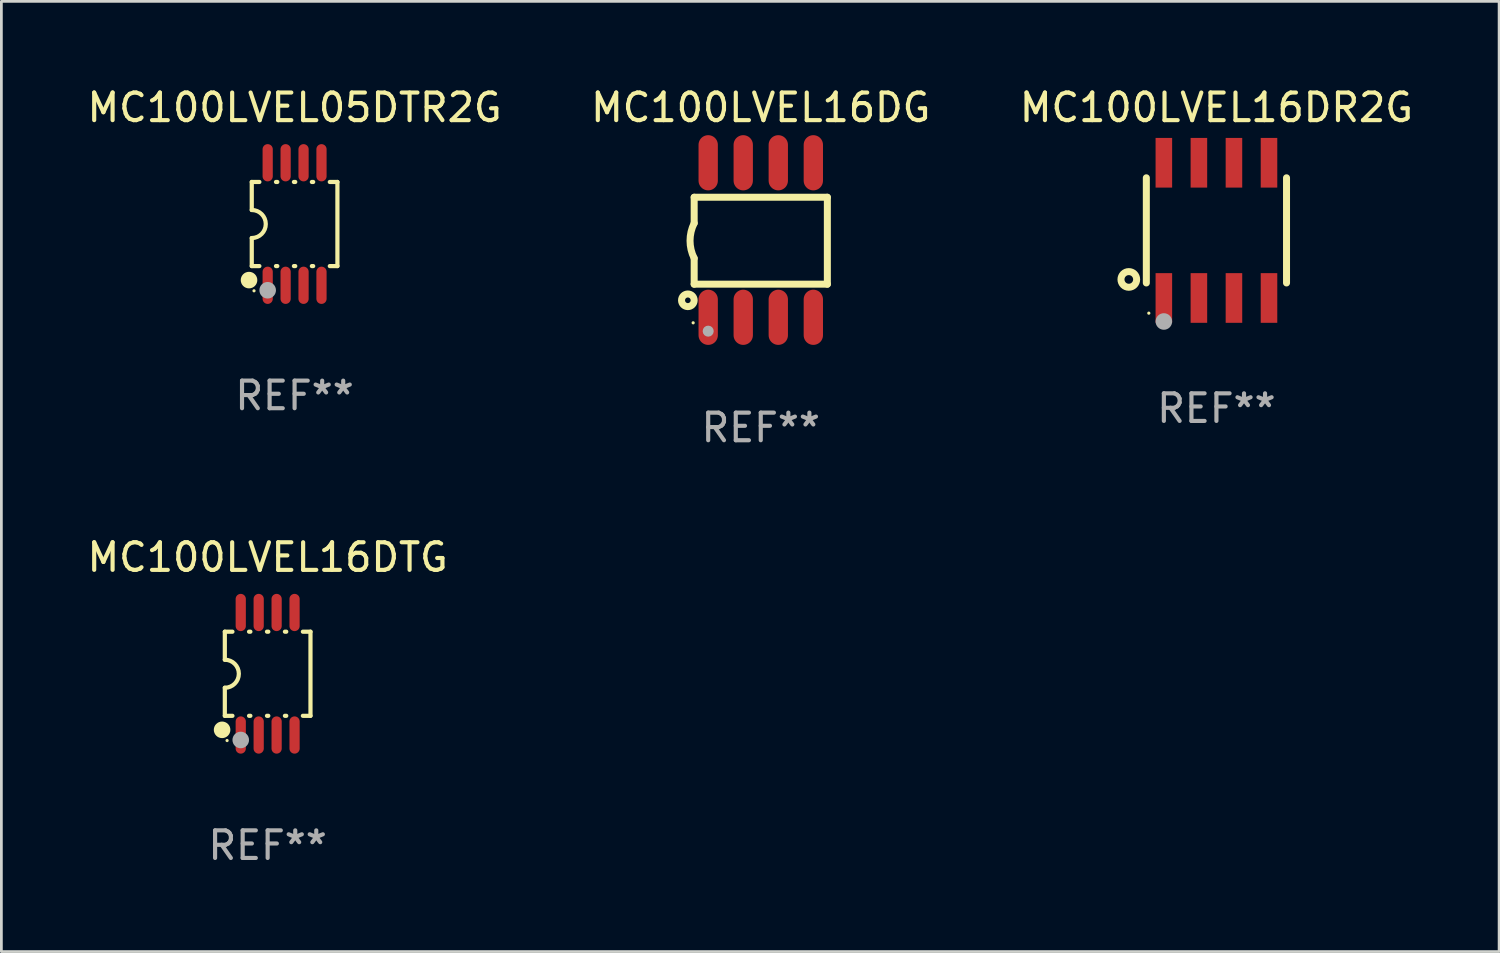
<source format=kicad_pcb>
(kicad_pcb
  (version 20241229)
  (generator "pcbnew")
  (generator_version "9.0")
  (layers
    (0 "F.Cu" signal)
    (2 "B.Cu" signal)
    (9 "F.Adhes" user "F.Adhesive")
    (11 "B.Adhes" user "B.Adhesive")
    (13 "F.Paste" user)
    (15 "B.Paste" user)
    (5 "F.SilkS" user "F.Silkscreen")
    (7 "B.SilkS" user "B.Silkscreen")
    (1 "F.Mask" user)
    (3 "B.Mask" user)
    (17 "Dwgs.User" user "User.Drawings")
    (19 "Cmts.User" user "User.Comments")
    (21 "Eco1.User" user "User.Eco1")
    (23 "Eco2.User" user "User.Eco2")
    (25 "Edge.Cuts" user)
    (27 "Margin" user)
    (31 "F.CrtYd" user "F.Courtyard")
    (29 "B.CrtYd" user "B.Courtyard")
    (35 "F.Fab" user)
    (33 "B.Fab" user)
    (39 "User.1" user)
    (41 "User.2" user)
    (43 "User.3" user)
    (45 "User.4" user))
  (footprint "MC100LVEL16DTG"
    (layer "F.Cu")
    (at 6.649 21.365)
    (property "Reference" "MC100LVEL16DTG" (at 0 -4.22 0) (layer "F.SilkS") (effects (font (size 1 1) (thickness 0.15))))
    (attr through_hole)
    (fp_line (start -1.552 -1.524) (end -1.276 -1.524) (stroke (width 0.152) (type solid)) (layer "F.SilkS"))
    (fp_line (start -1.552 -0.508) (end -1.552 -1.524) (stroke (width 0.152) (type solid)) (layer "F.SilkS"))
    (fp_line (start -1.552 1.524) (end -1.552 0.508) (stroke (width 0.152) (type solid)) (layer "F.SilkS"))
    (fp_line (start -1.552 1.524) (end -1.276 1.524) (stroke (width 0.152) (type solid)) (layer "F.SilkS"))
    (fp_line (start -0.674 -1.524) (end -0.626 -1.524) (stroke (width 0.152) (type solid)) (layer "F.SilkS"))
    (fp_line (start -0.674 1.524) (end -0.626 1.524) (stroke (width 0.152) (type solid)) (layer "F.SilkS"))
    (fp_line (start -0.024 -1.524) (end 0.024 -1.524) (stroke (width 0.152) (type solid)) (layer "F.SilkS"))
    (fp_line (start -0.024 1.524) (end 0.024 1.524) (stroke (width 0.152) (type solid)) (layer "F.SilkS"))
    (fp_line (start 0.626 -1.524) (end 0.674 -1.524) (stroke (width 0.152) (type solid)) (layer "F.SilkS"))
    (fp_line (start 0.626 1.524) (end 0.674 1.524) (stroke (width 0.152) (type solid)) (layer "F.SilkS"))
    (fp_line (start 1.276 1.524) (end 1.552 1.524) (stroke (width 0.152) (type solid)) (layer "F.SilkS"))
    (fp_line (start 1.276 -1.524) (end 1.552 -1.524) (stroke (width 0.152) (type solid)) (layer "F.SilkS"))
    (fp_line (start 1.552 -1.524) (end 1.552 1.524) (stroke (width 0.152) (type solid)) (layer "F.SilkS"))
    (fp_arc (start -1.551943 -0.508001) (mid -1.043942 0) (end -1.551943 0.508001) (stroke (width 0.151994) (type solid)) (layer "F.SilkS"))
    (fp_circle (center -1.651 2.032) (end -1.501 2.032) (stroke (width 0.3) (type solid)) (fill no) (layer "F.SilkS"))
    (fp_circle (center -1.47 2.42) (end -1.44 2.42) (stroke (width 0.06) (type solid)) (fill no) (layer "F.SilkS"))
    (fp_circle (center -0.975 2.4) (end -0.825 2.4) (stroke (width 0.3) (type solid)) (fill no) (layer "F.Fab"))
    (fp_text user "REF**" (at 0 6.22 0) (layer "F.Fab") (effects (font (size 1 1) (thickness 0.15))))
    (pad "1" smd oval (at -0.975 2.22) (size 0.37 1.35) (layers "F.Cu" "F.Mask" "F.Paste"))
    (pad "2" smd oval (at -0.325 2.22) (size 0.37 1.35) (layers "F.Cu" "F.Mask" "F.Paste"))
    (pad "3" smd oval (at 0.325 2.22) (size 0.37 1.35) (layers "F.Cu" "F.Mask" "F.Paste"))
    (pad "4" smd oval (at 0.975 2.22) (size 0.37 1.35) (layers "F.Cu" "F.Mask" "F.Paste"))
    (pad "5" smd oval (at 0.975 -2.22) (size 0.37 1.35) (layers "F.Cu" "F.Mask" "F.Paste"))
    (pad "6" smd oval (at 0.325 -2.22) (size 0.37 1.35) (layers "F.Cu" "F.Mask" "F.Paste"))
    (pad "7" smd oval (at -0.325 -2.22) (size 0.37 1.35) (layers "F.Cu" "F.Mask" "F.Paste"))
    (pad "8" smd oval (at -0.975 -2.22) (size 0.37 1.35) (layers "F.Cu" "F.Mask" "F.Paste")))
  (footprint "MC100LVEL16DG"
    (layer "F.Cu")
    (at 24.518 5.648)
    (property "Reference" "MC100LVEL16DG" (at 0 -4.8 0) (layer "F.SilkS") (effects (font (size 1 1) (thickness 0.15))))
    (attr through_hole)
    (fp_line (start -2.413 -1.55) (end -2.413 -0.61) (stroke (width 0.254) (type solid)) (layer "F.SilkS"))
    (fp_line (start -2.413 0.66) (end -2.413 1.6) (stroke (width 0.254) (type solid)) (layer "F.SilkS"))
    (fp_line (start -2.413 1.6) (end 2.413 1.6) (stroke (width 0.254) (type solid)) (layer "F.SilkS"))
    (fp_line (start 2.413 -1.55) (end -2.413 -1.55) (stroke (width 0.254) (type solid)) (layer "F.SilkS"))
    (fp_line (start 2.413 1.6) (end 2.413 -1.55) (stroke (width 0.254) (type solid)) (layer "F.SilkS"))
    (fp_arc (start -2.413005 0.6603) (mid -2.562909 0.025298) (end -2.413005 -0.609703) (stroke (width 0.254001) (type solid)) (layer "F.SilkS"))
    (fp_circle (center -2.642 2.184) (end -2.54 2.184) (stroke (width 0.254) (type solid)) (fill no) (layer "F.SilkS"))
    (fp_circle (center -2.45 3) (end -2.42 3) (stroke (width 0.06) (type solid)) (fill no) (layer "F.SilkS"))
    (fp_circle (center -1.905 3.302) (end -1.805 3.302) (stroke (width 0.2) (type solid)) (fill no) (layer "F.Fab"))
    (fp_text user "REF**" (at 0 6.8 0) (layer "F.Fab") (effects (font (size 1 1) (thickness 0.15))))
    (pad "1" smd oval (at -1.905 2.8 180) (size 0.7 2) (layers "F.Cu" "F.Mask" "F.Paste"))
    (pad "2" smd oval (at -0.635 2.8 180) (size 0.7 2) (layers "F.Cu" "F.Mask" "F.Paste"))
    (pad "3" smd oval (at 0.635 2.8 180) (size 0.7 2) (layers "F.Cu" "F.Mask" "F.Paste"))
    (pad "4" smd oval (at 1.905 2.8 180) (size 0.7 2) (layers "F.Cu" "F.Mask" "F.Paste"))
    (pad "5" smd oval (at 1.905 -2.8 180) (size 0.7 2) (layers "F.Cu" "F.Mask" "F.Paste"))
    (pad "6" smd oval (at 0.635 -2.8 180) (size 0.7 2) (layers "F.Cu" "F.Mask" "F.Paste"))
    (pad "7" smd oval (at -0.635 -2.8 180) (size 0.7 2) (layers "F.Cu" "F.Mask" "F.Paste"))
    (pad "8" smd oval (at -1.905 -2.8 180) (size 0.7 2) (layers "F.Cu" "F.Mask" "F.Paste")))
  (footprint "MC100LVEL16DR2G"
    (layer "F.Cu")
    (at 41.03 5.298)
    (property "Reference" "MC100LVEL16DR2G" (at 0 -4.45 0) (layer "F.SilkS") (effects (font (size 1 1) (thickness 0.15))))
    (attr through_hole)
    (fp_line (start -2.54 -1.905) (end -2.54 1.905) (stroke (width 0.254) (type solid)) (layer "F.SilkS"))
    (fp_line (start 2.54 -1.905) (end 2.54 1.905) (stroke (width 0.254) (type solid)) (layer "F.SilkS"))
    (fp_circle (center -3.175 1.778) (end -2.891 1.778) (stroke (width 0.254) (type solid)) (fill no) (layer "F.SilkS"))
    (fp_circle (center -2.45 3) (end -2.42 3) (stroke (width 0.06) (type solid)) (fill no) (layer "F.SilkS"))
    (fp_circle (center -1.905 3.302) (end -1.755 3.302) (stroke (width 0.3) (type solid)) (fill no) (layer "F.Fab"))
    (fp_text user "REF**" (at 0 6.45 0) (layer "F.Fab") (effects (font (size 1 1) (thickness 0.15))))
    (pad "1" smd rect (at -1.905 2.45) (size 0.6 1.8) (layers "F.Cu" "F.Mask" "F.Paste"))
    (pad "2" smd rect (at -0.635 2.45) (size 0.6 1.8) (layers "F.Cu" "F.Mask" "F.Paste"))
    (pad "3" smd rect (at 0.635 2.45) (size 0.6 1.8) (layers "F.Cu" "F.Mask" "F.Paste"))
    (pad "4" smd rect (at 1.905 2.45) (size 0.6 1.8) (layers "F.Cu" "F.Mask" "F.Paste"))
    (pad "5" smd rect (at 1.905 -2.45 180) (size 0.6 1.8) (layers "F.Cu" "F.Mask" "F.Paste"))
    (pad "6" smd rect (at 0.635 -2.45 180) (size 0.6 1.8) (layers "F.Cu" "F.Mask" "F.Paste"))
    (pad "7" smd rect (at -0.635 -2.45 180) (size 0.6 1.8) (layers "F.Cu" "F.Mask" "F.Paste"))
    (pad "8" smd rect (at -1.905 -2.45 180) (size 0.6 1.8) (layers "F.Cu" "F.Mask" "F.Paste")))
  (footprint "MC100LVEL05DTR2G"
    (layer "F.Cu")
    (at 7.625 5.068)
    (property "Reference" "MC100LVEL05DTR2G" (at 0 -4.22 0) (layer "F.SilkS") (effects (font (size 1 1) (thickness 0.15))))
    (attr through_hole)
    (fp_line (start -1.552 -1.524) (end -1.276 -1.524) (stroke (width 0.152) (type solid)) (layer "F.SilkS"))
    (fp_line (start -1.552 -0.508) (end -1.552 -1.524) (stroke (width 0.152) (type solid)) (layer "F.SilkS"))
    (fp_line (start -1.552 1.524) (end -1.552 0.508) (stroke (width 0.152) (type solid)) (layer "F.SilkS"))
    (fp_line (start -1.552 1.524) (end -1.276 1.524) (stroke (width 0.152) (type solid)) (layer "F.SilkS"))
    (fp_line (start -0.674 -1.524) (end -0.626 -1.524) (stroke (width 0.152) (type solid)) (layer "F.SilkS"))
    (fp_line (start -0.674 1.524) (end -0.626 1.524) (stroke (width 0.152) (type solid)) (layer "F.SilkS"))
    (fp_line (start -0.024 -1.524) (end 0.024 -1.524) (stroke (width 0.152) (type solid)) (layer "F.SilkS"))
    (fp_line (start -0.024 1.524) (end 0.024 1.524) (stroke (width 0.152) (type solid)) (layer "F.SilkS"))
    (fp_line (start 0.626 -1.524) (end 0.674 -1.524) (stroke (width 0.152) (type solid)) (layer "F.SilkS"))
    (fp_line (start 0.626 1.524) (end 0.674 1.524) (stroke (width 0.152) (type solid)) (layer "F.SilkS"))
    (fp_line (start 1.276 1.524) (end 1.552 1.524) (stroke (width 0.152) (type solid)) (layer "F.SilkS"))
    (fp_line (start 1.276 -1.524) (end 1.552 -1.524) (stroke (width 0.152) (type solid)) (layer "F.SilkS"))
    (fp_line (start 1.552 -1.524) (end 1.552 1.524) (stroke (width 0.152) (type solid)) (layer "F.SilkS"))
    (fp_arc (start -1.551943 -0.508001) (mid -1.043942 0) (end -1.551943 0.508001) (stroke (width 0.151994) (type solid)) (layer "F.SilkS"))
    (fp_circle (center -1.651 2.032) (end -1.501 2.032) (stroke (width 0.3) (type solid)) (fill no) (layer "F.SilkS"))
    (fp_circle (center -1.47 2.42) (end -1.44 2.42) (stroke (width 0.06) (type solid)) (fill no) (layer "F.SilkS"))
    (fp_circle (center -0.975 2.4) (end -0.825 2.4) (stroke (width 0.3) (type solid)) (fill no) (layer "F.Fab"))
    (fp_text user "REF**" (at 0 6.22 0) (layer "F.Fab") (effects (font (size 1 1) (thickness 0.15))))
    (pad "1" smd oval (at -0.975 2.22) (size 0.37 1.35) (layers "F.Cu" "F.Mask" "F.Paste"))
    (pad "2" smd oval (at -0.325 2.22) (size 0.37 1.35) (layers "F.Cu" "F.Mask" "F.Paste"))
    (pad "3" smd oval (at 0.325 2.22) (size 0.37 1.35) (layers "F.Cu" "F.Mask" "F.Paste"))
    (pad "4" smd oval (at 0.975 2.22) (size 0.37 1.35) (layers "F.Cu" "F.Mask" "F.Paste"))
    (pad "5" smd oval (at 0.975 -2.22) (size 0.37 1.35) (layers "F.Cu" "F.Mask" "F.Paste"))
    (pad "6" smd oval (at 0.325 -2.22) (size 0.37 1.35) (layers "F.Cu" "F.Mask" "F.Paste"))
    (pad "7" smd oval (at -0.325 -2.22) (size 0.37 1.35) (layers "F.Cu" "F.Mask" "F.Paste"))
    (pad "8" smd oval (at -0.975 -2.22) (size 0.37 1.35) (layers "F.Cu" "F.Mask" "F.Paste")))
  (gr_rect
    (start -3 -3)
    (end 51.274 31.433)
    (stroke (width 0.1) (type default))
    (fill no)
    (layer "Edge.Cuts")))
</source>
